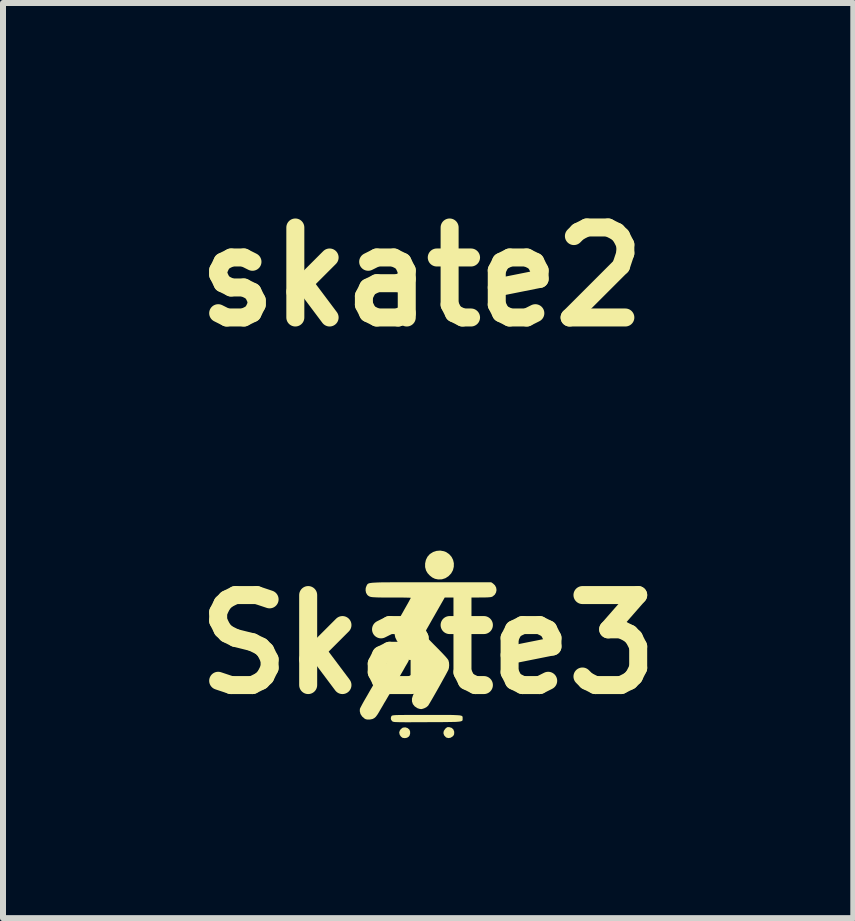
<source format=kicad_pcb>
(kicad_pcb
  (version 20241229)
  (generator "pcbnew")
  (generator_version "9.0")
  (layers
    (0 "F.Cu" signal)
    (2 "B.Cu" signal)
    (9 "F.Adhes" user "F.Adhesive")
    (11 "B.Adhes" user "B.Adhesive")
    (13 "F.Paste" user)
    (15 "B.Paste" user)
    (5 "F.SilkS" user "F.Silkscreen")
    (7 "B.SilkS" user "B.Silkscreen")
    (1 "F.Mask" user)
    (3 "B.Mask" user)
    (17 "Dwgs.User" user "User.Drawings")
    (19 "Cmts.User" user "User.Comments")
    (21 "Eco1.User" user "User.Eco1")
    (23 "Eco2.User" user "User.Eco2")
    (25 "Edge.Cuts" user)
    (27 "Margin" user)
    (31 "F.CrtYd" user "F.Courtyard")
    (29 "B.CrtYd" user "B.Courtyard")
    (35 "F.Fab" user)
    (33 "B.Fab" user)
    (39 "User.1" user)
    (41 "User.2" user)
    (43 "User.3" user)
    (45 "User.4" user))
  (footprint "skate2"
    (layer "F.Cu")
    (at 3.979 1.563)
    (property "Reference" "skate2" (at 0 0 0) (layer "F.SilkS") (effects (font (size 1.5 1.5) (thickness 0.3))))
    (attr board_only exclude_from_pos_files exclude_from_bom)
    (fp_poly (pts (xy -0.345 1.394) (xy -0.316 1.418) (xy -0.311 1.425) (xy -0.301 1.454) (xy -0.301 1.489) (xy -0.311 1.521) (xy -0.323 1.537) (xy -0.352 1.556) (xy -0.388 1.563) (xy -0.424 1.558) (xy -0.428 1.557) (xy -0.454 1.537) (xy -0.474 1.508) (xy -0.482 1.475) (xy -0.483 1.472) (xy -0.475 1.441) (xy -0.455 1.411) (xy -0.427 1.39) (xy -0.418 1.387) (xy -0.381 1.383)) (stroke (width 0) (type solid)) (fill yes) (layer "F.Mask"))
    (fp_poly (pts (xy 0.353 1.38) (xy 0.392 1.392) (xy 0.419 1.417) (xy 0.433 1.452) (xy 0.434 1.471) (xy 0.432 1.499) (xy 0.423 1.518) (xy 0.406 1.536) (xy 0.373 1.556) (xy 0.338 1.562) (xy 0.305 1.554) (xy 0.293 1.546) (xy 0.265 1.515) (xy 0.254 1.479) (xy 0.26 1.443) (xy 0.283 1.409) (xy 0.285 1.406) (xy 0.306 1.388) (xy 0.322 1.379) (xy 0.342 1.379)) (stroke (width 0) (type solid)) (fill yes) (layer "F.Mask"))
    (fp_poly (pts (xy 0.263 -1.552) (xy 0.297 -1.539) (xy 0.349 -1.504) (xy 0.389 -1.459) (xy 0.415 -1.408) (xy 0.428 -1.352) (xy 0.427 -1.294) (xy 0.413 -1.237) (xy 0.384 -1.184) (xy 0.34 -1.137) (xy 0.288 -1.103) (xy 0.229 -1.084) (xy 0.166 -1.082) (xy 0.113 -1.093) (xy 0.069 -1.114) (xy 0.027 -1.147) (xy -0.01 -1.187) (xy -0.035 -1.23) (xy -0.051 -1.287) (xy -0.051 -1.348) (xy -0.038 -1.407) (xy -0.012 -1.46) (xy 0.027 -1.504) (xy 0.028 -1.505) (xy 0.081 -1.539) (xy 0.14 -1.558) (xy 0.202 -1.563)) (stroke (width 0) (type solid)) (fill yes) (layer "F.Mask"))
    (fp_poly (pts (xy 0.193 1.176) (xy 0.278 1.176) (xy 0.35 1.176) (xy 0.409 1.177) (xy 0.457 1.179) (xy 0.495 1.181) (xy 0.523 1.183) (xy 0.544 1.187) (xy 0.558 1.191) (xy 0.567 1.197) (xy 0.572 1.204) (xy 0.574 1.212) (xy 0.574 1.221) (xy 0.574 1.232) (xy 0.574 1.244) (xy 0.574 1.255) (xy 0.573 1.264) (xy 0.568 1.271) (xy 0.56 1.277) (xy 0.547 1.282) (xy 0.527 1.286) (xy 0.5 1.289) (xy 0.463 1.292) (xy 0.417 1.293) (xy 0.359 1.294) (xy 0.289 1.295) (xy 0.204 1.296) (xy 0.105 1.296) (xy -0.01 1.296) (xy -0.016 1.297) (xy -0.129 1.297) (xy -0.226 1.297) (xy -0.308 1.298) (xy -0.376 1.298) (xy -0.432 1.297) (xy -0.477 1.297) (xy -0.512 1.296) (xy -0.539 1.295) (xy -0.559 1.294) (xy -0.573 1.292) (xy -0.583 1.289) (xy -0.59 1.287) (xy -0.596 1.283) (xy -0.6 1.281) (xy -0.618 1.257) (xy -0.623 1.229) (xy -0.616 1.202) (xy -0.607 1.19) (xy -0.602 1.187) (xy -0.595 1.185) (xy -0.584 1.183) (xy -0.568 1.181) (xy -0.544 1.179) (xy -0.513 1.178) (xy -0.473 1.177) (xy -0.423 1.177) (xy -0.361 1.176) (xy -0.285 1.176) (xy -0.196 1.176) (xy -0.091 1.176) (xy -0.025 1.176) (xy 0.092 1.176)) (stroke (width 0) (type solid)) (fill yes) (layer "F.Mask"))
    (fp_poly (pts (xy -0.534 0.051) (xy -0.517 0.066) (xy -0.494 0.089) (xy -0.465 0.118) (xy -0.434 0.149) (xy -0.402 0.181) (xy -0.373 0.211) (xy -0.348 0.236) (xy -0.33 0.255) (xy -0.322 0.265) (xy -0.322 0.265) (xy -0.326 0.273) (xy -0.337 0.295) (xy -0.356 0.328) (xy -0.381 0.37) (xy -0.41 0.422) (xy -0.443 0.479) (xy -0.479 0.541) (xy -0.516 0.607) (xy -0.554 0.673) (xy -0.593 0.739) (xy -0.629 0.802) (xy -0.664 0.862) (xy -0.695 0.915) (xy -0.722 0.961) (xy -0.733 0.978) (xy -0.753 1.014) (xy -0.779 1.058) (xy -0.805 1.102) (xy -0.816 1.122) (xy -0.846 1.171) (xy -0.873 1.207) (xy -0.9 1.23) (xy -0.928 1.244) (xy -0.962 1.251) (xy -0.977 1.253) (xy -1.013 1.253) (xy -1.039 1.248) (xy -1.058 1.239) (xy -1.1 1.203) (xy -1.128 1.161) (xy -1.14 1.113) (xy -1.138 1.076) (xy -1.133 1.063) (xy -1.119 1.036) (xy -1.099 0.998) (xy -1.072 0.949) (xy -1.039 0.892) (xy -1.002 0.828) (xy -0.962 0.758) (xy -0.921 0.688) (xy -0.874 0.61) (xy -0.828 0.531) (xy -0.782 0.454) (xy -0.739 0.381) (xy -0.7 0.315) (xy -0.666 0.258) (xy -0.639 0.212) (xy -0.625 0.189) (xy -0.599 0.144) (xy -0.576 0.105) (xy -0.557 0.074) (xy -0.545 0.054) (xy -0.54 0.046)) (stroke (width 0) (type solid)) (fill yes) (layer "F.Mask"))
    (fp_poly (pts (xy -0.122 -1.035) (xy 0.033 -1.035) (xy 0.05 -1.035) (xy 1.05 -1.035) (xy 1.08 -1.015) (xy 1.113 -0.984) (xy 1.133 -0.946) (xy 1.139 -0.905) (xy 1.131 -0.865) (xy 1.11 -0.828) (xy 1.076 -0.8) (xy 1.07 -0.796) (xy 1.061 -0.793) (xy 1.05 -0.789) (xy 1.036 -0.787) (xy 1.015 -0.785) (xy 0.987 -0.783) (xy 0.951 -0.782) (xy 0.904 -0.782) (xy 0.845 -0.781) (xy 0.772 -0.781) (xy 0.683 -0.781) (xy 0.658 -0.781) (xy 0.276 -0.781) (xy 0.105 -0.481) (xy 0.067 -0.415) (xy 0.032 -0.353) (xy 0.001 -0.298) (xy -0.026 -0.251) (xy -0.047 -0.213) (xy -0.061 -0.187) (xy -0.069 -0.174) (xy -0.069 -0.173) (xy -0.064 -0.165) (xy -0.048 -0.146) (xy -0.022 -0.118) (xy 0.012 -0.082) (xy 0.053 -0.04) (xy 0.098 0.006) (xy 0.126 0.034) (xy 0.19 0.099) (xy 0.244 0.155) (xy 0.286 0.2) (xy 0.316 0.235) (xy 0.333 0.258) (xy 0.337 0.265) (xy 0.347 0.302) (xy 0.35 0.347) (xy 0.346 0.391) (xy 0.339 0.417) (xy 0.332 0.433) (xy 0.317 0.461) (xy 0.296 0.501) (xy 0.27 0.548) (xy 0.24 0.602) (xy 0.208 0.66) (xy 0.174 0.721) (xy 0.14 0.781) (xy 0.107 0.839) (xy 0.076 0.893) (xy 0.048 0.941) (xy 0.025 0.98) (xy 0.008 1.008) (xy -0.002 1.024) (xy -0.004 1.025) (xy -0.031 1.048) (xy -0.067 1.066) (xy -0.103 1.077) (xy -0.118 1.079) (xy -0.143 1.075) (xy -0.173 1.066) (xy -0.18 1.063) (xy -0.224 1.034) (xy -0.255 0.996) (xy -0.27 0.951) (xy -0.27 0.901) (xy -0.253 0.849) (xy -0.251 0.844) (xy -0.24 0.824) (xy -0.223 0.792) (xy -0.199 0.75) (xy -0.172 0.701) (xy -0.142 0.649) (xy -0.129 0.626) (xy -0.029 0.449) (xy -0.26 0.218) (xy -0.314 0.164) (xy -0.365 0.112) (xy -0.412 0.064) (xy -0.452 0.021) (xy -0.484 -0.014) (xy -0.508 -0.041) (xy -0.52 -0.056) (xy -0.549 -0.117) (xy -0.562 -0.183) (xy -0.56 -0.25) (xy -0.558 -0.266) (xy -0.555 -0.279) (xy -0.551 -0.293) (xy -0.546 -0.308) (xy -0.537 -0.327) (xy -0.525 -0.352) (xy -0.508 -0.383) (xy -0.485 -0.424) (xy -0.456 -0.476) (xy -0.419 -0.541) (xy -0.407 -0.563) (xy -0.376 -0.618) (xy -0.348 -0.667) (xy -0.324 -0.71) (xy -0.306 -0.744) (xy -0.294 -0.766) (xy -0.29 -0.776) (xy -0.29 -0.776) (xy -0.298 -0.777) (xy -0.322 -0.778) (xy -0.36 -0.779) (xy -0.409 -0.78) (xy -0.469 -0.78) (xy -0.536 -0.781) (xy -0.609 -0.781) (xy -0.614 -0.781) (xy -0.703 -0.781) (xy -0.777 -0.781) (xy -0.836 -0.782) (xy -0.883 -0.784) (xy -0.919 -0.786) (xy -0.947 -0.789) (xy -0.968 -0.794) (xy -0.984 -0.801) (xy -0.997 -0.809) (xy -1.008 -0.818) (xy -1.017 -0.828) (xy -1.035 -0.859) (xy -1.043 -0.898) (xy -1.041 -0.939) (xy -1.028 -0.975) (xy -1.027 -0.977) (xy -1.022 -0.986) (xy -1.018 -0.994) (xy -1.013 -1.001) (xy -1.007 -1.007) (xy -0.999 -1.012) (xy -0.988 -1.017) (xy -0.973 -1.021) (xy -0.952 -1.024) (xy -0.926 -1.027) (xy -0.893 -1.029) (xy -0.851 -1.031) (xy -0.801 -1.033) (xy -0.741 -1.034) (xy -0.671 -1.034) (xy -0.588 -1.035) (xy -0.493 -1.035) (xy -0.384 -1.035) (xy -0.261 -1.035)) (stroke (width 0) (type solid)) (fill yes) (layer "F.Mask")))
  (footprint "Skate3"
    (layer "F.Cu")
    (at 4.086 7.689)
    (property "Reference" "Skate3" (at 0 0 0) (layer "F.SilkS") (effects (font (size 1.5 1.5) (thickness 0.3))))
    (attr board_only exclude_from_pos_files exclude_from_bom)
    (fp_poly (pts (xy -0.345 1.394) (xy -0.316 1.418) (xy -0.311 1.425) (xy -0.301 1.454) (xy -0.301 1.489) (xy -0.311 1.521) (xy -0.323 1.537) (xy -0.352 1.556) (xy -0.388 1.563) (xy -0.424 1.558) (xy -0.428 1.557) (xy -0.454 1.537) (xy -0.474 1.508) (xy -0.482 1.475) (xy -0.483 1.472) (xy -0.475 1.441) (xy -0.455 1.411) (xy -0.427 1.39) (xy -0.418 1.387) (xy -0.381 1.383)) (stroke (width 0) (type solid)) (fill yes) (layer "F.SilkS"))
    (fp_poly (pts (xy 0.353 1.38) (xy 0.392 1.392) (xy 0.419 1.417) (xy 0.433 1.452) (xy 0.434 1.471) (xy 0.432 1.499) (xy 0.423 1.518) (xy 0.406 1.536) (xy 0.373 1.556) (xy 0.338 1.562) (xy 0.305 1.554) (xy 0.293 1.546) (xy 0.265 1.515) (xy 0.254 1.479) (xy 0.26 1.443) (xy 0.283 1.409) (xy 0.285 1.406) (xy 0.306 1.388) (xy 0.322 1.379) (xy 0.342 1.379)) (stroke (width 0) (type solid)) (fill yes) (layer "F.SilkS"))
    (fp_poly (pts (xy 0.263 -1.552) (xy 0.297 -1.539) (xy 0.349 -1.504) (xy 0.389 -1.459) (xy 0.415 -1.408) (xy 0.428 -1.352) (xy 0.427 -1.294) (xy 0.413 -1.237) (xy 0.384 -1.184) (xy 0.34 -1.137) (xy 0.288 -1.103) (xy 0.229 -1.084) (xy 0.166 -1.082) (xy 0.113 -1.093) (xy 0.069 -1.114) (xy 0.027 -1.147) (xy -0.01 -1.187) (xy -0.035 -1.23) (xy -0.051 -1.287) (xy -0.051 -1.348) (xy -0.038 -1.407) (xy -0.012 -1.46) (xy 0.027 -1.504) (xy 0.028 -1.505) (xy 0.081 -1.539) (xy 0.14 -1.558) (xy 0.202 -1.563)) (stroke (width 0) (type solid)) (fill yes) (layer "F.SilkS"))
    (fp_poly (pts (xy 0.193 1.176) (xy 0.278 1.176) (xy 0.35 1.176) (xy 0.409 1.177) (xy 0.457 1.179) (xy 0.495 1.181) (xy 0.523 1.183) (xy 0.544 1.187) (xy 0.558 1.191) (xy 0.567 1.197) (xy 0.572 1.204) (xy 0.574 1.212) (xy 0.574 1.221) (xy 0.574 1.232) (xy 0.574 1.244) (xy 0.574 1.255) (xy 0.573 1.264) (xy 0.568 1.271) (xy 0.56 1.277) (xy 0.547 1.282) (xy 0.527 1.286) (xy 0.5 1.289) (xy 0.463 1.292) (xy 0.417 1.293) (xy 0.359 1.294) (xy 0.289 1.295) (xy 0.204 1.296) (xy 0.105 1.296) (xy -0.01 1.296) (xy -0.016 1.297) (xy -0.129 1.297) (xy -0.226 1.297) (xy -0.308 1.298) (xy -0.376 1.298) (xy -0.432 1.297) (xy -0.477 1.297) (xy -0.512 1.296) (xy -0.539 1.295) (xy -0.559 1.294) (xy -0.573 1.292) (xy -0.583 1.289) (xy -0.59 1.287) (xy -0.596 1.283) (xy -0.6 1.281) (xy -0.618 1.257) (xy -0.623 1.229) (xy -0.616 1.202) (xy -0.607 1.19) (xy -0.602 1.187) (xy -0.595 1.185) (xy -0.584 1.183) (xy -0.568 1.181) (xy -0.544 1.179) (xy -0.513 1.178) (xy -0.473 1.177) (xy -0.423 1.177) (xy -0.361 1.176) (xy -0.285 1.176) (xy -0.196 1.176) (xy -0.091 1.176) (xy -0.025 1.176) (xy 0.092 1.176)) (stroke (width 0) (type solid)) (fill yes) (layer "F.SilkS"))
    (fp_poly (pts (xy -0.534 0.051) (xy -0.517 0.066) (xy -0.494 0.089) (xy -0.465 0.118) (xy -0.434 0.149) (xy -0.402 0.181) (xy -0.373 0.211) (xy -0.348 0.236) (xy -0.33 0.255) (xy -0.322 0.265) (xy -0.322 0.265) (xy -0.326 0.273) (xy -0.337 0.295) (xy -0.356 0.328) (xy -0.381 0.37) (xy -0.41 0.422) (xy -0.443 0.479) (xy -0.479 0.541) (xy -0.516 0.607) (xy -0.554 0.673) (xy -0.593 0.739) (xy -0.629 0.802) (xy -0.664 0.862) (xy -0.695 0.915) (xy -0.722 0.961) (xy -0.733 0.978) (xy -0.753 1.014) (xy -0.779 1.058) (xy -0.805 1.102) (xy -0.816 1.122) (xy -0.846 1.171) (xy -0.873 1.207) (xy -0.9 1.23) (xy -0.928 1.244) (xy -0.962 1.251) (xy -0.977 1.253) (xy -1.013 1.253) (xy -1.039 1.248) (xy -1.058 1.239) (xy -1.1 1.203) (xy -1.128 1.161) (xy -1.14 1.113) (xy -1.138 1.076) (xy -1.133 1.063) (xy -1.119 1.036) (xy -1.099 0.998) (xy -1.072 0.949) (xy -1.039 0.892) (xy -1.002 0.828) (xy -0.962 0.758) (xy -0.921 0.688) (xy -0.874 0.61) (xy -0.828 0.531) (xy -0.782 0.454) (xy -0.739 0.381) (xy -0.7 0.315) (xy -0.666 0.258) (xy -0.639 0.212) (xy -0.625 0.189) (xy -0.599 0.144) (xy -0.576 0.105) (xy -0.557 0.074) (xy -0.545 0.054) (xy -0.54 0.046)) (stroke (width 0) (type solid)) (fill yes) (layer "F.SilkS"))
    (fp_poly (pts (xy -0.122 -1.035) (xy 0.033 -1.035) (xy 0.05 -1.035) (xy 1.05 -1.035) (xy 1.08 -1.015) (xy 1.113 -0.984) (xy 1.133 -0.946) (xy 1.139 -0.905) (xy 1.131 -0.865) (xy 1.11 -0.828) (xy 1.076 -0.8) (xy 1.07 -0.796) (xy 1.061 -0.793) (xy 1.05 -0.789) (xy 1.036 -0.787) (xy 1.015 -0.785) (xy 0.987 -0.783) (xy 0.951 -0.782) (xy 0.904 -0.782) (xy 0.845 -0.781) (xy 0.772 -0.781) (xy 0.683 -0.781) (xy 0.658 -0.781) (xy 0.276 -0.781) (xy 0.105 -0.481) (xy 0.067 -0.415) (xy 0.032 -0.353) (xy 0.001 -0.298) (xy -0.026 -0.251) (xy -0.047 -0.213) (xy -0.061 -0.187) (xy -0.069 -0.174) (xy -0.069 -0.173) (xy -0.064 -0.165) (xy -0.048 -0.146) (xy -0.022 -0.118) (xy 0.012 -0.082) (xy 0.053 -0.04) (xy 0.098 0.006) (xy 0.126 0.034) (xy 0.19 0.099) (xy 0.244 0.155) (xy 0.286 0.2) (xy 0.316 0.235) (xy 0.333 0.258) (xy 0.337 0.265) (xy 0.347 0.302) (xy 0.35 0.347) (xy 0.346 0.391) (xy 0.339 0.417) (xy 0.332 0.433) (xy 0.317 0.461) (xy 0.296 0.501) (xy 0.27 0.548) (xy 0.24 0.602) (xy 0.208 0.66) (xy 0.174 0.721) (xy 0.14 0.781) (xy 0.107 0.839) (xy 0.076 0.893) (xy 0.048 0.941) (xy 0.025 0.98) (xy 0.008 1.008) (xy -0.002 1.024) (xy -0.004 1.025) (xy -0.031 1.048) (xy -0.067 1.066) (xy -0.103 1.077) (xy -0.118 1.079) (xy -0.143 1.075) (xy -0.173 1.066) (xy -0.18 1.063) (xy -0.224 1.034) (xy -0.255 0.996) (xy -0.27 0.951) (xy -0.27 0.901) (xy -0.253 0.849) (xy -0.251 0.844) (xy -0.24 0.824) (xy -0.223 0.792) (xy -0.199 0.75) (xy -0.172 0.701) (xy -0.142 0.649) (xy -0.129 0.626) (xy -0.029 0.449) (xy -0.26 0.218) (xy -0.314 0.164) (xy -0.365 0.112) (xy -0.412 0.064) (xy -0.452 0.021) (xy -0.484 -0.014) (xy -0.508 -0.041) (xy -0.52 -0.056) (xy -0.549 -0.117) (xy -0.562 -0.183) (xy -0.56 -0.25) (xy -0.558 -0.266) (xy -0.555 -0.279) (xy -0.551 -0.293) (xy -0.546 -0.308) (xy -0.537 -0.327) (xy -0.525 -0.352) (xy -0.508 -0.383) (xy -0.485 -0.424) (xy -0.456 -0.476) (xy -0.419 -0.541) (xy -0.407 -0.563) (xy -0.376 -0.618) (xy -0.348 -0.667) (xy -0.324 -0.71) (xy -0.306 -0.744) (xy -0.294 -0.766) (xy -0.29 -0.776) (xy -0.29 -0.776) (xy -0.298 -0.777) (xy -0.322 -0.778) (xy -0.36 -0.779) (xy -0.409 -0.78) (xy -0.469 -0.78) (xy -0.536 -0.781) (xy -0.609 -0.781) (xy -0.614 -0.781) (xy -0.703 -0.781) (xy -0.777 -0.781) (xy -0.836 -0.782) (xy -0.883 -0.784) (xy -0.919 -0.786) (xy -0.947 -0.789) (xy -0.968 -0.794) (xy -0.984 -0.801) (xy -0.997 -0.809) (xy -1.008 -0.818) (xy -1.017 -0.828) (xy -1.035 -0.859) (xy -1.043 -0.898) (xy -1.041 -0.939) (xy -1.028 -0.975) (xy -1.027 -0.977) (xy -1.022 -0.986) (xy -1.018 -0.994) (xy -1.013 -1.001) (xy -1.007 -1.007) (xy -0.999 -1.012) (xy -0.988 -1.017) (xy -0.973 -1.021) (xy -0.952 -1.024) (xy -0.926 -1.027) (xy -0.893 -1.029) (xy -0.851 -1.031) (xy -0.801 -1.033) (xy -0.741 -1.034) (xy -0.671 -1.034) (xy -0.588 -1.035) (xy -0.493 -1.035) (xy -0.384 -1.035) (xy -0.261 -1.035)) (stroke (width 0) (type solid)) (fill yes) (layer "F.SilkS")))
  (gr_rect
    (start -3 -3)
    (end 11.171 12.252)
    (stroke (width 0.1) (type default))
    (fill no)
    (layer "Edge.Cuts")))
</source>
